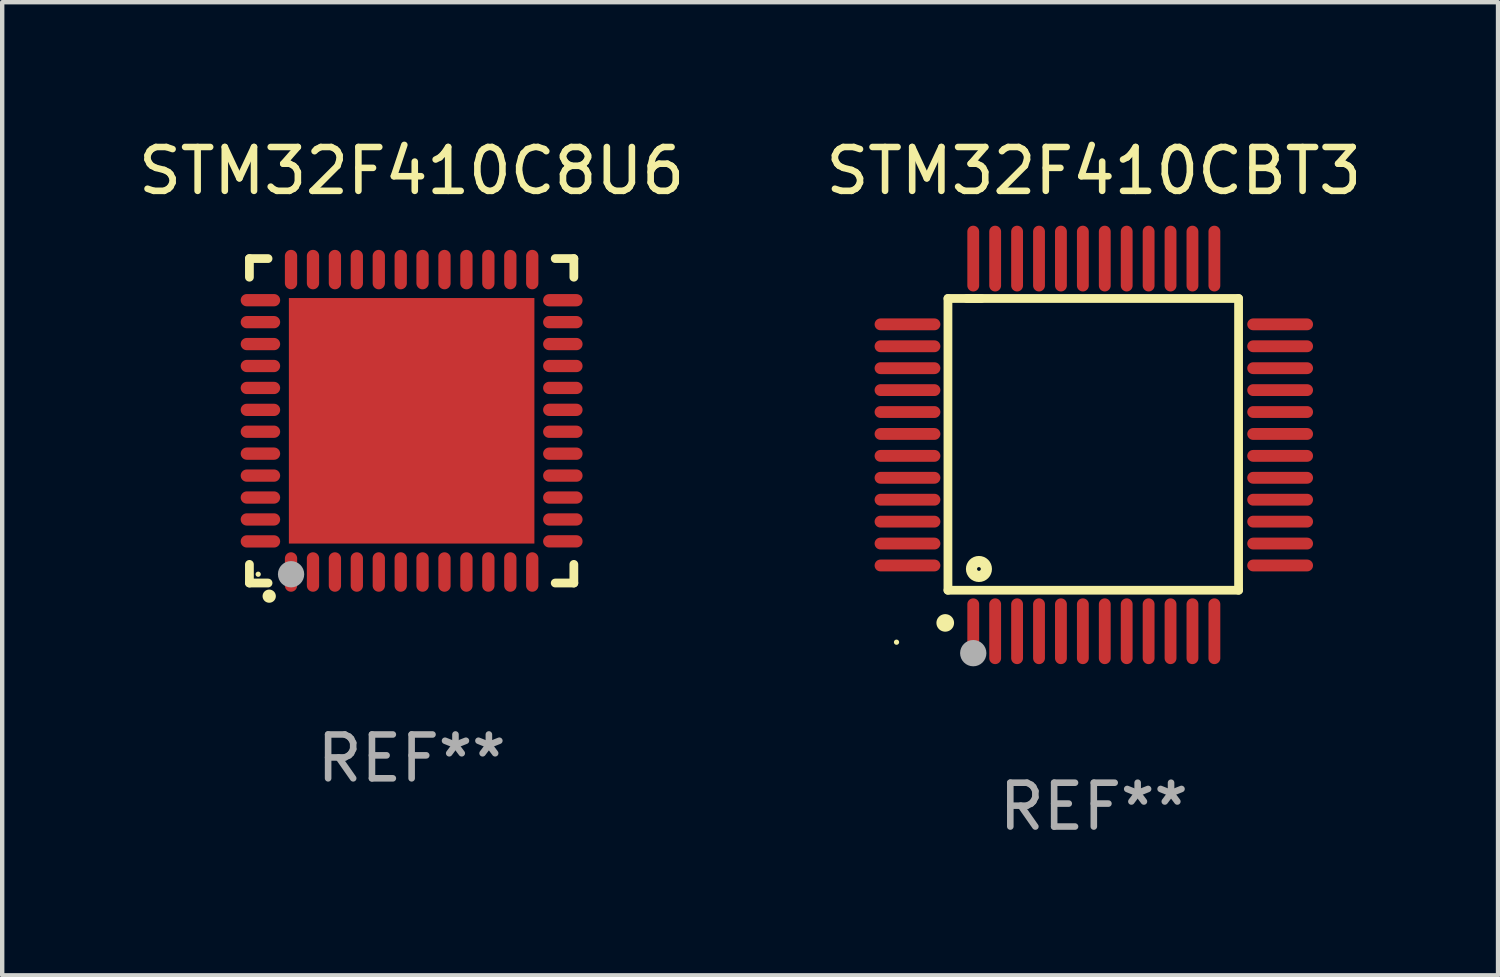
<source format=kicad_pcb>
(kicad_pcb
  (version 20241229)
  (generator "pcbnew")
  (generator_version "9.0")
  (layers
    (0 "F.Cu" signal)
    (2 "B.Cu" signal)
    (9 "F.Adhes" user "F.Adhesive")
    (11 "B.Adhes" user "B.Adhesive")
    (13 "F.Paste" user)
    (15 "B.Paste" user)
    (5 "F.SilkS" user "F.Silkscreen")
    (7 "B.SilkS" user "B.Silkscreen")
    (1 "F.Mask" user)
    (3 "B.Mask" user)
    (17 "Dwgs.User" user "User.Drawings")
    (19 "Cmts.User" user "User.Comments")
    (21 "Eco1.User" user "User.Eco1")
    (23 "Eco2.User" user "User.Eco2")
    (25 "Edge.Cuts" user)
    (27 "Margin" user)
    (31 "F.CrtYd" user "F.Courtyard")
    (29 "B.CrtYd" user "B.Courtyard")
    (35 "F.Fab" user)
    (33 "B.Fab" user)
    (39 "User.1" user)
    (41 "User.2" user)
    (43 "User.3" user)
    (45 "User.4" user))
  (footprint "STM32F410CBT3"
    (layer "F.Cu")
    (at 21.899 7.098)
    (property "Reference" "STM32F410CBT3" (at 0 -6.25 0) (layer "F.SilkS") (effects (font (size 1 1) (thickness 0.15))))
    (attr through_hole)
    (fp_line (start -3.327 -3.34) (end -2.565 -3.34) (stroke (width 0.2) (type solid)) (layer "F.SilkS"))
    (fp_line (start -3.327 3.315) (end -3.327 -3.34) (stroke (width 0.2) (type solid)) (layer "F.SilkS"))
    (fp_line (start -2.896 -3.34) (end 3.302 -3.34) (stroke (width 0.2) (type solid)) (layer "F.SilkS"))
    (fp_line (start 3.302 -3.34) (end 3.302 3.315) (stroke (width 0.2) (type solid)) (layer "F.SilkS"))
    (fp_line (start 3.302 3.315) (end -3.327 3.315) (stroke (width 0.2) (type solid)) (layer "F.SilkS"))
    (fp_arc (start -3.389992 4.059995) (mid -3.388722 4.059991) (end -3.387452 4.059995) (stroke (width 0.4) (type solid)) (layer "F.SilkS"))
    (fp_circle (center -4.5 4.5) (end -4.47 4.5) (stroke (width 0.06) (type solid)) (fill no) (layer "F.SilkS"))
    (fp_circle (center -2.62 2.83) (end -2.45 2.83) (stroke (width 0.254) (type solid)) (fill no) (layer "F.SilkS"))
    (fp_circle (center -2.75 4.75) (end -2.6 4.75) (stroke (width 0.3) (type solid)) (fill no) (layer "F.Fab"))
    (fp_text user "REF**" (at 0 8.25 0) (layer "F.Fab") (effects (font (size 1 1) (thickness 0.15))))
    (pad "1" smd oval (at -2.75 4.25) (size 0.27 1.5) (layers "F.Cu" "F.Mask" "F.Paste"))
    (pad "2" smd oval (at -2.25 4.25) (size 0.27 1.5) (layers "F.Cu" "F.Mask" "F.Paste"))
    (pad "3" smd oval (at -1.75 4.25) (size 0.27 1.5) (layers "F.Cu" "F.Mask" "F.Paste"))
    (pad "4" smd oval (at -1.25 4.25) (size 0.27 1.5) (layers "F.Cu" "F.Mask" "F.Paste"))
    (pad "5" smd oval (at -0.75 4.25) (size 0.27 1.5) (layers "F.Cu" "F.Mask" "F.Paste"))
    (pad "6" smd oval (at -0.25 4.25) (size 0.27 1.5) (layers "F.Cu" "F.Mask" "F.Paste"))
    (pad "7" smd oval (at 0.25 4.25) (size 0.27 1.5) (layers "F.Cu" "F.Mask" "F.Paste"))
    (pad "8" smd oval (at 0.75 4.25) (size 0.27 1.5) (layers "F.Cu" "F.Mask" "F.Paste"))
    (pad "9" smd oval (at 1.25 4.25) (size 0.27 1.5) (layers "F.Cu" "F.Mask" "F.Paste"))
    (pad "10" smd oval (at 1.75 4.25) (size 0.27 1.5) (layers "F.Cu" "F.Mask" "F.Paste"))
    (pad "11" smd oval (at 2.25 4.25) (size 0.27 1.5) (layers "F.Cu" "F.Mask" "F.Paste"))
    (pad "12" smd oval (at 2.75 4.25) (size 0.27 1.5) (layers "F.Cu" "F.Mask" "F.Paste"))
    (pad "13" smd oval (at 4.25 2.75) (size 1.5 0.27) (layers "F.Cu" "F.Mask" "F.Paste"))
    (pad "14" smd oval (at 4.25 2.25) (size 1.5 0.27) (layers "F.Cu" "F.Mask" "F.Paste"))
    (pad "15" smd oval (at 4.25 1.75) (size 1.5 0.27) (layers "F.Cu" "F.Mask" "F.Paste"))
    (pad "16" smd oval (at 4.25 1.25) (size 1.5 0.27) (layers "F.Cu" "F.Mask" "F.Paste"))
    (pad "17" smd oval (at 4.25 0.75) (size 1.5 0.27) (layers "F.Cu" "F.Mask" "F.Paste"))
    (pad "18" smd oval (at 4.25 0.25) (size 1.5 0.27) (layers "F.Cu" "F.Mask" "F.Paste"))
    (pad "19" smd oval (at 4.25 -0.25) (size 1.5 0.27) (layers "F.Cu" "F.Mask" "F.Paste"))
    (pad "20" smd oval (at 4.25 -0.75) (size 1.5 0.27) (layers "F.Cu" "F.Mask" "F.Paste"))
    (pad "21" smd oval (at 4.25 -1.25) (size 1.5 0.27) (layers "F.Cu" "F.Mask" "F.Paste"))
    (pad "22" smd oval (at 4.25 -1.75) (size 1.5 0.27) (layers "F.Cu" "F.Mask" "F.Paste"))
    (pad "23" smd oval (at 4.25 -2.25) (size 1.5 0.27) (layers "F.Cu" "F.Mask" "F.Paste"))
    (pad "24" smd oval (at 4.25 -2.75) (size 1.5 0.27) (layers "F.Cu" "F.Mask" "F.Paste"))
    (pad "25" smd oval (at 2.75 -4.25) (size 0.27 1.5) (layers "F.Cu" "F.Mask" "F.Paste"))
    (pad "26" smd oval (at 2.25 -4.25) (size 0.27 1.5) (layers "F.Cu" "F.Mask" "F.Paste"))
    (pad "27" smd oval (at 1.75 -4.25) (size 0.27 1.5) (layers "F.Cu" "F.Mask" "F.Paste"))
    (pad "28" smd oval (at 1.25 -4.25) (size 0.27 1.5) (layers "F.Cu" "F.Mask" "F.Paste"))
    (pad "29" smd oval (at 0.75 -4.25) (size 0.27 1.5) (layers "F.Cu" "F.Mask" "F.Paste"))
    (pad "30" smd oval (at 0.25 -4.25) (size 0.27 1.5) (layers "F.Cu" "F.Mask" "F.Paste"))
    (pad "31" smd oval (at -0.25 -4.25) (size 0.27 1.5) (layers "F.Cu" "F.Mask" "F.Paste"))
    (pad "32" smd oval (at -0.75 -4.25) (size 0.27 1.5) (layers "F.Cu" "F.Mask" "F.Paste"))
    (pad "33" smd oval (at -1.25 -4.25) (size 0.27 1.5) (layers "F.Cu" "F.Mask" "F.Paste"))
    (pad "34" smd oval (at -1.75 -4.25) (size 0.27 1.5) (layers "F.Cu" "F.Mask" "F.Paste"))
    (pad "35" smd oval (at -2.25 -4.25) (size 0.27 1.5) (layers "F.Cu" "F.Mask" "F.Paste"))
    (pad "36" smd oval (at -2.75 -4.25) (size 0.27 1.5) (layers "F.Cu" "F.Mask" "F.Paste"))
    (pad "37" smd oval (at -4.25 -2.75) (size 1.5 0.27) (layers "F.Cu" "F.Mask" "F.Paste"))
    (pad "38" smd oval (at -4.25 -2.25) (size 1.5 0.27) (layers "F.Cu" "F.Mask" "F.Paste"))
    (pad "39" smd oval (at -4.25 -1.75) (size 1.5 0.27) (layers "F.Cu" "F.Mask" "F.Paste"))
    (pad "40" smd oval (at -4.25 -1.25) (size 1.5 0.27) (layers "F.Cu" "F.Mask" "F.Paste"))
    (pad "41" smd oval (at -4.25 -0.75) (size 1.5 0.27) (layers "F.Cu" "F.Mask" "F.Paste"))
    (pad "42" smd oval (at -4.25 -0.25) (size 1.5 0.27) (layers "F.Cu" "F.Mask" "F.Paste"))
    (pad "43" smd oval (at -4.25 0.25) (size 1.5 0.27) (layers "F.Cu" "F.Mask" "F.Paste"))
    (pad "44" smd oval (at -4.25 0.75) (size 1.5 0.27) (layers "F.Cu" "F.Mask" "F.Paste"))
    (pad "45" smd oval (at -4.25 1.25) (size 1.5 0.27) (layers "F.Cu" "F.Mask" "F.Paste"))
    (pad "46" smd oval (at -4.25 1.75) (size 1.5 0.27) (layers "F.Cu" "F.Mask" "F.Paste"))
    (pad "47" smd oval (at -4.25 2.25) (size 1.5 0.27) (layers "F.Cu" "F.Mask" "F.Paste"))
    (pad "48" smd oval (at -4.25 2.75) (size 1.5 0.27) (layers "F.Cu" "F.Mask" "F.Paste")))
  (footprint "STM32F410C8U6"
    (layer "F.Cu")
    (at 6.339 6.548)
    (property "Reference" "STM32F410C8U6" (at 0 -5.7 0) (layer "F.SilkS") (effects (font (size 1 1) (thickness 0.15))))
    (attr through_hole)
    (fp_line (start -3.7 -3.7) (end -3.275 -3.7) (stroke (width 0.2) (type solid)) (layer "F.SilkS"))
    (fp_line (start -3.7 -3.275) (end -3.7 -3.7) (stroke (width 0.2) (type solid)) (layer "F.SilkS"))
    (fp_line (start -3.7 3.7) (end -3.7 3.275) (stroke (width 0.2) (type solid)) (layer "F.SilkS"))
    (fp_line (start -3.275 3.7) (end -3.7 3.7) (stroke (width 0.2) (type solid)) (layer "F.SilkS"))
    (fp_line (start 3.7 -3.7) (end 3.275 -3.7) (stroke (width 0.2) (type solid)) (layer "F.SilkS"))
    (fp_line (start 3.7 -3.275) (end 3.7 -3.7) (stroke (width 0.2) (type solid)) (layer "F.SilkS"))
    (fp_line (start 3.7 3.275) (end 3.7 3.7) (stroke (width 0.2) (type solid)) (layer "F.SilkS"))
    (fp_line (start 3.7 3.7) (end 3.275 3.7) (stroke (width 0.2) (type solid)) (layer "F.SilkS"))
    (fp_arc (start -3.249936 3.999975) (mid -3.248666 3.99997) (end -3.247396 3.999975) (stroke (width 0.3) (type solid)) (layer "F.SilkS"))
    (fp_circle (center -3.5 3.5) (end -3.47 3.5) (stroke (width 0.06) (type solid)) (fill no) (layer "F.SilkS"))
    (fp_circle (center -2.75 3.5) (end -2.6 3.5) (stroke (width 0.3) (type solid)) (fill no) (layer "F.Fab"))
    (fp_text user "REF**" (at 0 7.7 0) (layer "F.Fab") (effects (font (size 1 1) (thickness 0.15))))
    (pad "1" smd oval (at -2.751 3.449) (size 0.28 0.9) (layers "F.Cu" "F.Mask" "F.Paste"))
    (pad "2" smd oval (at -2.25 3.449) (size 0.28 0.9) (layers "F.Cu" "F.Mask" "F.Paste"))
    (pad "3" smd oval (at -1.75 3.449) (size 0.28 0.9) (layers "F.Cu" "F.Mask" "F.Paste"))
    (pad "4" smd oval (at -1.25 3.449) (size 0.28 0.9) (layers "F.Cu" "F.Mask" "F.Paste"))
    (pad "5" smd oval (at -0.749 3.449) (size 0.28 0.9) (layers "F.Cu" "F.Mask" "F.Paste"))
    (pad "6" smd oval (at -0.249 3.449) (size 0.28 0.9) (layers "F.Cu" "F.Mask" "F.Paste"))
    (pad "7" smd oval (at 0.249 3.449) (size 0.28 0.9) (layers "F.Cu" "F.Mask" "F.Paste"))
    (pad "8" smd oval (at 0.749 3.449) (size 0.28 0.9) (layers "F.Cu" "F.Mask" "F.Paste"))
    (pad "9" smd oval (at 1.25 3.449) (size 0.28 0.9) (layers "F.Cu" "F.Mask" "F.Paste"))
    (pad "10" smd oval (at 1.75 3.449) (size 0.28 0.9) (layers "F.Cu" "F.Mask" "F.Paste"))
    (pad "11" smd oval (at 2.251 3.449) (size 0.28 0.9) (layers "F.Cu" "F.Mask" "F.Paste"))
    (pad "12" smd oval (at 2.751 3.449) (size 0.28 0.9) (layers "F.Cu" "F.Mask" "F.Paste"))
    (pad "13" smd oval (at 3.449 2.75) (size 0.9 0.28) (layers "F.Cu" "F.Mask" "F.Paste"))
    (pad "14" smd oval (at 3.449 2.25) (size 0.9 0.28) (layers "F.Cu" "F.Mask" "F.Paste"))
    (pad "15" smd oval (at 3.449 1.75) (size 0.9 0.28) (layers "F.Cu" "F.Mask" "F.Paste"))
    (pad "16" smd oval (at 3.449 1.25) (size 0.9 0.28) (layers "F.Cu" "F.Mask" "F.Paste"))
    (pad "17" smd oval (at 3.449 0.75) (size 0.9 0.28) (layers "F.Cu" "F.Mask" "F.Paste"))
    (pad "18" smd oval (at 3.449 0.25) (size 0.9 0.28) (layers "F.Cu" "F.Mask" "F.Paste"))
    (pad "19" smd oval (at 3.449 -0.25) (size 0.9 0.28) (layers "F.Cu" "F.Mask" "F.Paste"))
    (pad "20" smd oval (at 3.449 -0.75) (size 0.9 0.28) (layers "F.Cu" "F.Mask" "F.Paste"))
    (pad "21" smd oval (at 3.449 -1.25) (size 0.9 0.28) (layers "F.Cu" "F.Mask" "F.Paste"))
    (pad "22" smd oval (at 3.449 -1.75) (size 0.9 0.28) (layers "F.Cu" "F.Mask" "F.Paste"))
    (pad "23" smd oval (at 3.449 -2.25) (size 0.9 0.28) (layers "F.Cu" "F.Mask" "F.Paste"))
    (pad "24" smd oval (at 3.449 -2.75) (size 0.9 0.28) (layers "F.Cu" "F.Mask" "F.Paste"))
    (pad "25" smd oval (at 2.751 -3.449) (size 0.28 0.9) (layers "F.Cu" "F.Mask" "F.Paste"))
    (pad "26" smd oval (at 2.251 -3.449) (size 0.28 0.9) (layers "F.Cu" "F.Mask" "F.Paste"))
    (pad "27" smd oval (at 1.75 -3.449) (size 0.28 0.9) (layers "F.Cu" "F.Mask" "F.Paste"))
    (pad "28" smd oval (at 1.25 -3.449) (size 0.28 0.9) (layers "F.Cu" "F.Mask" "F.Paste"))
    (pad "29" smd oval (at 0.749 -3.449) (size 0.28 0.9) (layers "F.Cu" "F.Mask" "F.Paste"))
    (pad "30" smd oval (at 0.249 -3.449) (size 0.28 0.9) (layers "F.Cu" "F.Mask" "F.Paste"))
    (pad "31" smd oval (at -0.249 -3.449) (size 0.28 0.9) (layers "F.Cu" "F.Mask" "F.Paste"))
    (pad "32" smd oval (at -0.749 -3.449) (size 0.28 0.9) (layers "F.Cu" "F.Mask" "F.Paste"))
    (pad "33" smd oval (at -1.25 -3.449) (size 0.28 0.9) (layers "F.Cu" "F.Mask" "F.Paste"))
    (pad "34" smd oval (at -1.75 -3.449) (size 0.28 0.9) (layers "F.Cu" "F.Mask" "F.Paste"))
    (pad "35" smd oval (at -2.25 -3.449) (size 0.28 0.9) (layers "F.Cu" "F.Mask" "F.Paste"))
    (pad "36" smd oval (at -2.751 -3.449) (size 0.28 0.9) (layers "F.Cu" "F.Mask" "F.Paste"))
    (pad "37" smd oval (at -3.449 -2.751) (size 0.9 0.28) (layers "F.Cu" "F.Mask" "F.Paste"))
    (pad "38" smd oval (at -3.449 -2.25) (size 0.9 0.28) (layers "F.Cu" "F.Mask" "F.Paste"))
    (pad "39" smd oval (at -3.449 -1.75) (size 0.9 0.28) (layers "F.Cu" "F.Mask" "F.Paste"))
    (pad "40" smd oval (at -3.449 -1.25) (size 0.9 0.28) (layers "F.Cu" "F.Mask" "F.Paste"))
    (pad "41" smd oval (at -3.449 -0.749) (size 0.9 0.28) (layers "F.Cu" "F.Mask" "F.Paste"))
    (pad "42" smd oval (at -3.449 -0.249) (size 0.9 0.28) (layers "F.Cu" "F.Mask" "F.Paste"))
    (pad "43" smd oval (at -3.449 0.249) (size 0.9 0.28) (layers "F.Cu" "F.Mask" "F.Paste"))
    (pad "44" smd oval (at -3.449 0.749) (size 0.9 0.28) (layers "F.Cu" "F.Mask" "F.Paste"))
    (pad "45" smd oval (at -3.449 1.25) (size 0.9 0.28) (layers "F.Cu" "F.Mask" "F.Paste"))
    (pad "46" smd oval (at -3.449 1.75) (size 0.9 0.28) (layers "F.Cu" "F.Mask" "F.Paste"))
    (pad "47" smd oval (at -3.449 2.25) (size 0.9 0.28) (layers "F.Cu" "F.Mask" "F.Paste"))
    (pad "48" smd oval (at -3.449 2.751) (size 0.9 0.28) (layers "F.Cu" "F.Mask" "F.Paste"))
    (pad "49" smd rect (at 0.000076 -0.000025) (size 5.6 5.6) (layers "F.Cu" "F.Mask" "F.Paste")))
  (gr_rect
    (start -3 -3)
    (end 31.119 19.196)
    (stroke (width 0.1) (type default))
    (fill no)
    (layer "Edge.Cuts")))
</source>
